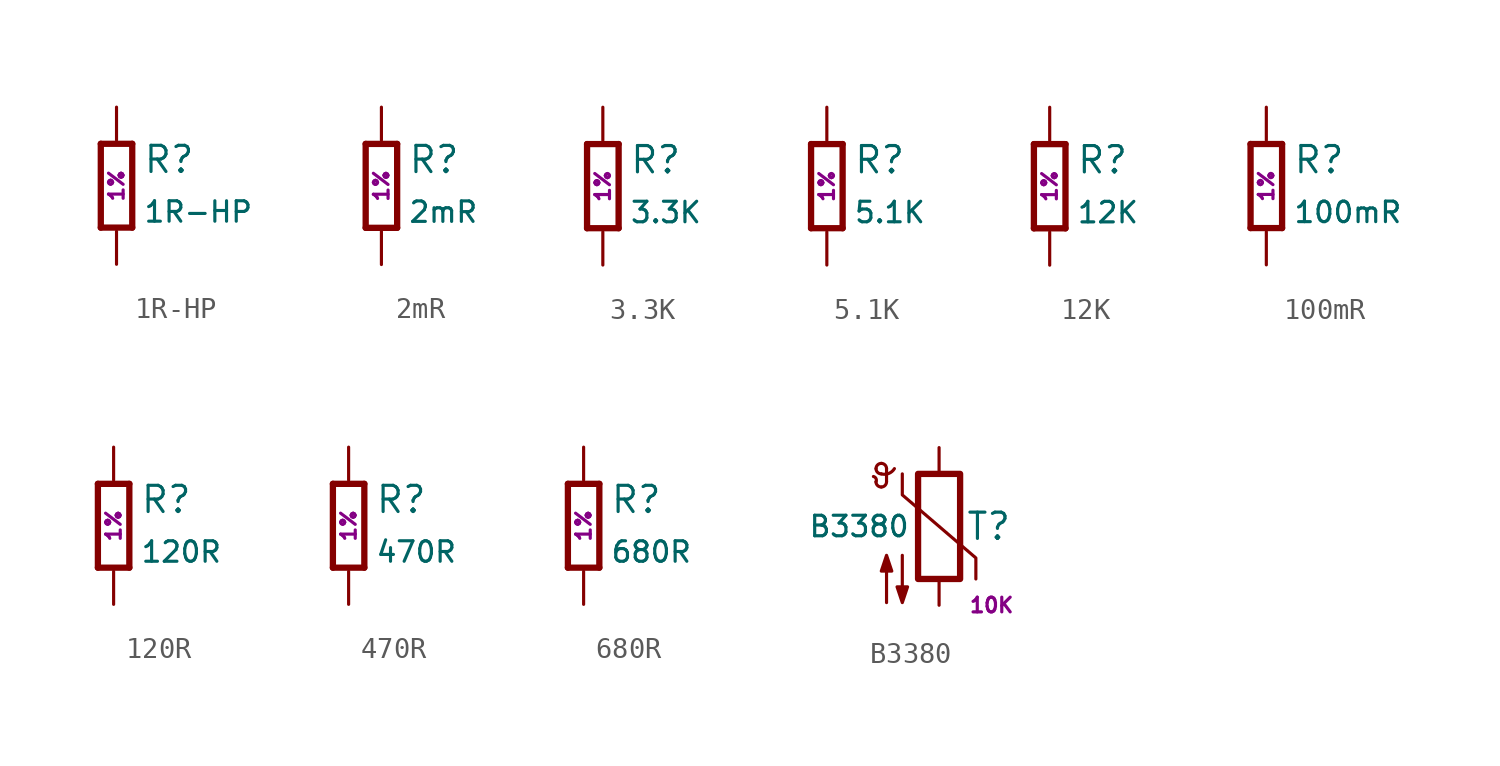
<source format=kicad_sym>
(kicad_symbol_lib
  (version 20211014)
  (generator kicad_symbol_editor)
  (symbol "1R-HP"
    (pin_numbers hide)
    (pin_names
      (offset 0.254) hide)
    (property "Reference" "R"
      (at 1.27 1.27 0)
      (effects (font (size 1.27 1.27)) (justify left)))
    (property "Value" "1R-HP"
      (at 1.27 -1.27 0)
      (effects (font (size 0.991 0.991)) (justify left)))
    (property "Tolerance" "1%"
      (at 0 0 90)
      (effects (font (size 0.711 0.711))))
    (symbol "1R-HP_1_1"
      (polyline (pts (xy -0.762 -2.032) (xy -0.762 2.032)) (stroke (width 0.305) (type default) (color 0 0 0 0)) (fill (type outline)))
      (polyline (pts (xy 0.762 -2.032) (xy -0.762 -2.032)) (stroke (width 0.305) (type default) (color 0 0 0 0)) (fill (type outline)))
      (polyline (pts (xy 0.762 -2.032) (xy 0.762 2.032)) (stroke (width 0.305) (type default) (color 0 0 0 0)) (fill (type outline)))
      (polyline (pts (xy 0.762 2.032) (xy -0.762 2.032)) (stroke (width 0.305) (type default) (color 0 0 0 0)) (fill (type outline)))
      (pin passive line (at 0 3.81 270) (length 1.6) (name "~" (effects (font (size 1.27 1.27)))) (number "1" (effects (font (size 1.27 1.27)))))
      (pin passive line (at 0 -3.81 90) (length 1.6) (name "~" (effects (font (size 1.27 1.27)))) (number "2" (effects (font (size 1.27 1.27)))))))
  (symbol "2mR"
    (pin_numbers hide)
    (pin_names
      (offset 0.254) hide)
    (property "Reference" "R"
      (at 1.27 1.27 0)
      (effects (font (size 1.27 1.27)) (justify left)))
    (property "Value" "2mR"
      (at 1.27 -1.27 0)
      (effects (font (size 0.991 0.991)) (justify left)))
    (property "Tolerance" "1%"
      (at 0 0 90)
      (effects (font (size 0.711 0.711))))
    (symbol "2mR_1_1"
      (polyline (pts (xy -0.762 -2.032) (xy -0.762 2.032)) (stroke (width 0.305) (type default) (color 0 0 0 0)) (fill (type outline)))
      (polyline (pts (xy 0.762 -2.032) (xy -0.762 -2.032)) (stroke (width 0.305) (type default) (color 0 0 0 0)) (fill (type outline)))
      (polyline (pts (xy 0.762 -2.032) (xy 0.762 2.032)) (stroke (width 0.305) (type default) (color 0 0 0 0)) (fill (type outline)))
      (polyline (pts (xy 0.762 2.032) (xy -0.762 2.032)) (stroke (width 0.305) (type default) (color 0 0 0 0)) (fill (type outline)))
      (pin passive line (at 0 3.81 270) (length 1.6) (name "~" (effects (font (size 1.27 1.27)))) (number "1" (effects (font (size 1.27 1.27)))))
      (pin passive line (at 0 -3.81 90) (length 1.6) (name "~" (effects (font (size 1.27 1.27)))) (number "2" (effects (font (size 1.27 1.27)))))))
  (symbol "3.3K"
    (pin_numbers hide)
    (pin_names
      (offset 0.254) hide)
    (property "Reference" "R"
      (at 1.27 1.27 0)
      (effects (font (size 1.27 1.27)) (justify left)))
    (property "Value" "3.3K"
      (at 1.27 -1.27 0)
      (effects (font (size 0.991 0.991)) (justify left)))
    (property "Tolerance" "1%"
      (at 0 0 90)
      (effects (font (size 0.711 0.711))))
    (symbol "3.3K_1_1"
      (polyline (pts (xy -0.762 -2.032) (xy -0.762 2.032)) (stroke (width 0.305) (type default) (color 0 0 0 0)) (fill (type outline)))
      (polyline (pts (xy 0.762 -2.032) (xy -0.762 -2.032)) (stroke (width 0.305) (type default) (color 0 0 0 0)) (fill (type outline)))
      (polyline (pts (xy 0.762 -2.032) (xy 0.762 2.032)) (stroke (width 0.305) (type default) (color 0 0 0 0)) (fill (type outline)))
      (polyline (pts (xy 0.762 2.032) (xy -0.762 2.032)) (stroke (width 0.305) (type default) (color 0 0 0 0)) (fill (type outline)))
      (pin passive line (at 0 3.81 270) (length 1.6) (name "~" (effects (font (size 1.27 1.27)))) (number "1" (effects (font (size 1.27 1.27)))))
      (pin passive line (at 0 -3.81 90) (length 1.6) (name "~" (effects (font (size 1.27 1.27)))) (number "2" (effects (font (size 1.27 1.27)))))))
  (symbol "5.1K"
    (pin_numbers hide)
    (pin_names
      (offset 0.254) hide)
    (property "Reference" "R"
      (at 1.27 1.27 0)
      (effects (font (size 1.27 1.27)) (justify left)))
    (property "Value" "5.1K"
      (at 1.27 -1.27 0)
      (effects (font (size 0.991 0.991)) (justify left)))
    (property "Tolerance" "1%"
      (at 0 0 90)
      (effects (font (size 0.711 0.711))))
    (symbol "5.1K_1_1"
      (polyline (pts (xy -0.762 -2.032) (xy -0.762 2.032)) (stroke (width 0.305) (type default) (color 0 0 0 0)) (fill (type outline)))
      (polyline (pts (xy 0.762 -2.032) (xy -0.762 -2.032)) (stroke (width 0.305) (type default) (color 0 0 0 0)) (fill (type outline)))
      (polyline (pts (xy 0.762 -2.032) (xy 0.762 2.032)) (stroke (width 0.305) (type default) (color 0 0 0 0)) (fill (type outline)))
      (polyline (pts (xy 0.762 2.032) (xy -0.762 2.032)) (stroke (width 0.305) (type default) (color 0 0 0 0)) (fill (type outline)))
      (pin passive line (at 0 3.81 270) (length 1.6) (name "~" (effects (font (size 1.27 1.27)))) (number "1" (effects (font (size 1.27 1.27)))))
      (pin passive line (at 0 -3.81 90) (length 1.6) (name "~" (effects (font (size 1.27 1.27)))) (number "2" (effects (font (size 1.27 1.27)))))))
  (symbol "12K"
    (pin_numbers hide)
    (pin_names
      (offset 0.254) hide)
    (property "Reference" "R"
      (at 1.27 1.27 0)
      (effects (font (size 1.27 1.27)) (justify left)))
    (property "Value" "12K"
      (at 1.27 -1.27 0)
      (effects (font (size 0.991 0.991)) (justify left)))
    (property "Tolerance" "1%"
      (at 0 0 90)
      (effects (font (size 0.711 0.711))))
    (symbol "12K_1_1"
      (polyline (pts (xy -0.762 -2.032) (xy -0.762 2.032)) (stroke (width 0.305) (type default) (color 0 0 0 0)) (fill (type outline)))
      (polyline (pts (xy 0.762 -2.032) (xy -0.762 -2.032)) (stroke (width 0.305) (type default) (color 0 0 0 0)) (fill (type outline)))
      (polyline (pts (xy 0.762 -2.032) (xy 0.762 2.032)) (stroke (width 0.305) (type default) (color 0 0 0 0)) (fill (type outline)))
      (polyline (pts (xy 0.762 2.032) (xy -0.762 2.032)) (stroke (width 0.305) (type default) (color 0 0 0 0)) (fill (type outline)))
      (pin passive line (at 0 3.81 270) (length 1.6) (name "~" (effects (font (size 1.27 1.27)))) (number "1" (effects (font (size 1.27 1.27)))))
      (pin passive line (at 0 -3.81 90) (length 1.6) (name "~" (effects (font (size 1.27 1.27)))) (number "2" (effects (font (size 1.27 1.27)))))))
  (symbol "100mR"
    (pin_numbers hide)
    (pin_names
      (offset 0.254) hide)
    (property "Reference" "R"
      (at 1.27 1.27 0)
      (effects (font (size 1.27 1.27)) (justify left)))
    (property "Value" "100mR"
      (at 1.27 -1.27 0)
      (effects (font (size 0.991 0.991)) (justify left)))
    (property "Tolerance" "1%"
      (at 0 0 90)
      (effects (font (size 0.711 0.711))))
    (symbol "100mR_1_1"
      (polyline (pts (xy -0.762 -2.032) (xy -0.762 2.032)) (stroke (width 0.305) (type default) (color 0 0 0 0)) (fill (type outline)))
      (polyline (pts (xy 0.762 -2.032) (xy -0.762 -2.032)) (stroke (width 0.305) (type default) (color 0 0 0 0)) (fill (type outline)))
      (polyline (pts (xy 0.762 -2.032) (xy 0.762 2.032)) (stroke (width 0.305) (type default) (color 0 0 0 0)) (fill (type outline)))
      (polyline (pts (xy 0.762 2.032) (xy -0.762 2.032)) (stroke (width 0.305) (type default) (color 0 0 0 0)) (fill (type outline)))
      (pin passive line (at 0 3.81 270) (length 1.6) (name "~" (effects (font (size 1.27 1.27)))) (number "1" (effects (font (size 1.27 1.27)))))
      (pin passive line (at 0 -3.81 90) (length 1.6) (name "~" (effects (font (size 1.27 1.27)))) (number "2" (effects (font (size 1.27 1.27)))))))
  (symbol "120R"
    (pin_numbers hide)
    (pin_names
      (offset 0.254) hide)
    (property "Reference" "R"
      (at 1.27 1.27 0)
      (effects (font (size 1.27 1.27)) (justify left)))
    (property "Value" "120R"
      (at 1.27 -1.27 0)
      (effects (font (size 0.991 0.991)) (justify left)))
    (property "Tolerance" "1%"
      (at 0 0 90)
      (effects (font (size 0.711 0.711))))
    (symbol "120R_1_1"
      (polyline (pts (xy -0.762 -2.032) (xy -0.762 2.032)) (stroke (width 0.305) (type default) (color 0 0 0 0)) (fill (type outline)))
      (polyline (pts (xy 0.762 -2.032) (xy -0.762 -2.032)) (stroke (width 0.305) (type default) (color 0 0 0 0)) (fill (type outline)))
      (polyline (pts (xy 0.762 -2.032) (xy 0.762 2.032)) (stroke (width 0.305) (type default) (color 0 0 0 0)) (fill (type outline)))
      (polyline (pts (xy 0.762 2.032) (xy -0.762 2.032)) (stroke (width 0.305) (type default) (color 0 0 0 0)) (fill (type outline)))
      (pin passive line (at 0 3.81 270) (length 1.6) (name "~" (effects (font (size 1.27 1.27)))) (number "1" (effects (font (size 1.27 1.27)))))
      (pin passive line (at 0 -3.81 90) (length 1.6) (name "~" (effects (font (size 1.27 1.27)))) (number "2" (effects (font (size 1.27 1.27)))))))
  (symbol "470R"
    (pin_numbers hide)
    (pin_names
      (offset 0.254) hide)
    (property "Reference" "R"
      (at 1.27 1.27 0)
      (effects (font (size 1.27 1.27)) (justify left)))
    (property "Value" "470R"
      (at 1.27 -1.27 0)
      (effects (font (size 0.991 0.991)) (justify left)))
    (property "Tolerance" "1%"
      (at 0 0 90)
      (effects (font (size 0.711 0.711))))
    (symbol "470R_1_1"
      (polyline (pts (xy -0.762 -2.032) (xy -0.762 2.032)) (stroke (width 0.305) (type default) (color 0 0 0 0)) (fill (type outline)))
      (polyline (pts (xy 0.762 -2.032) (xy -0.762 -2.032)) (stroke (width 0.305) (type default) (color 0 0 0 0)) (fill (type outline)))
      (polyline (pts (xy 0.762 -2.032) (xy 0.762 2.032)) (stroke (width 0.305) (type default) (color 0 0 0 0)) (fill (type outline)))
      (polyline (pts (xy 0.762 2.032) (xy -0.762 2.032)) (stroke (width 0.305) (type default) (color 0 0 0 0)) (fill (type outline)))
      (pin passive line (at 0 3.81 270) (length 1.6) (name "~" (effects (font (size 1.27 1.27)))) (number "1" (effects (font (size 1.27 1.27)))))
      (pin passive line (at 0 -3.81 90) (length 1.6) (name "~" (effects (font (size 1.27 1.27)))) (number "2" (effects (font (size 1.27 1.27)))))))
  (symbol "680R"
    (pin_numbers hide)
    (pin_names
      (offset 0.254) hide)
    (property "Reference" "R"
      (at 1.27 1.27 0)
      (effects (font (size 1.27 1.27)) (justify left)))
    (property "Value" "680R"
      (at 1.27 -1.27 0)
      (effects (font (size 0.991 0.991)) (justify left)))
    (property "Tolerance" "1%"
      (at 0 0 90)
      (effects (font (size 0.711 0.711))))
    (symbol "680R_1_1"
      (polyline (pts (xy -0.762 -2.032) (xy -0.762 2.032)) (stroke (width 0.305) (type default) (color 0 0 0 0)) (fill (type outline)))
      (polyline (pts (xy 0.762 -2.032) (xy -0.762 -2.032)) (stroke (width 0.305) (type default) (color 0 0 0 0)) (fill (type outline)))
      (polyline (pts (xy 0.762 -2.032) (xy 0.762 2.032)) (stroke (width 0.305) (type default) (color 0 0 0 0)) (fill (type outline)))
      (polyline (pts (xy 0.762 2.032) (xy -0.762 2.032)) (stroke (width 0.305) (type default) (color 0 0 0 0)) (fill (type outline)))
      (pin passive line (at 0 3.81 270) (length 1.6) (name "~" (effects (font (size 1.27 1.27)))) (number "1" (effects (font (size 1.27 1.27)))))
      (pin passive line (at 0 -3.81 90) (length 1.6) (name "~" (effects (font (size 1.27 1.27)))) (number "2" (effects (font (size 1.27 1.27)))))))
  (symbol "B3380"
    (pin_numbers hide)
    (pin_names
      (offset 0.254) hide)
    (property "Reference" "T"
      (at 1.27 0 0)
      (effects (font (size 1.27 1.27)) (justify left)))
    (property "Value" "B3380"
      (at -6.35 0 0)
      (effects (font (size 0.991 0.991)) (justify left)))
    (property "Resistance" "10K"
      (at 2.54 -3.81 0)
      (effects (font (size 0.711 0.711))))
    (symbol "B3380_1_1"
      (arc (start -3.048 2.159) (mid -3.0505 2.3165) (end -3.175 2.413) (stroke (width 0) (type default) (color 0 0 0 0)) (fill (type none)))
      (arc (start -3.048 2.159) (mid -2.9736 1.9794) (end -2.794 1.905) (stroke (width 0) (type default) (color 0 0 0 0)) (fill (type none)))
      (arc (start -3.048 2.794) (mid -2.9736 2.6144) (end -2.794 2.54) (stroke (width 0) (type default) (color 0 0 0 0)) (fill (type none)))
      (arc (start -2.794 1.905) (mid -2.6144 1.9794) (end -2.54 2.159) (stroke (width 0) (type default) (color 0 0 0 0)) (fill (type none)))
      (arc (start -2.794 2.54) (mid -2.434 2.5608) (end -2.159 2.794) (stroke (width 0) (type default) (color 0 0 0 0)) (fill (type none)))
      (arc (start -2.794 3.048) (mid -2.9736 2.9736) (end -3.048 2.794) (stroke (width 0) (type default) (color 0 0 0 0)) (fill (type none)))
      (arc (start -2.54 2.794) (mid -2.6144 2.9736) (end -2.794 3.048) (stroke (width 0) (type default) (color 0 0 0 0)) (fill (type none)))
      (rectangle (start -1.016 2.54) (end 1.016 -2.54) (stroke (width 0.305) (type default) (color 0 0 0 0)) (fill (type none)))
      (polyline (pts (xy -2.54 2.159) (xy -2.54 2.794)) (stroke (width 0) (type default) (color 0 0 0 0)) (fill (type none)))
      (polyline (pts (xy -1.778 2.54) (xy -1.778 1.524) (xy 1.778 -1.524) (xy 1.778 -2.54)) (stroke (width 0) (type default) (color 0 0 0 0)) (fill (type none)))
      (polyline (pts (xy -2.54 -3.683) (xy -2.54 -1.397) (xy -2.794 -2.159) (xy -2.286 -2.159) (xy -2.54 -1.397) (xy -2.54 -1.651)) (stroke (width 0) (type default) (color 0 0 0 0)) (fill (type outline)))
      (polyline (pts (xy -1.778 -1.397) (xy -1.778 -3.683) (xy -2.032 -2.921) (xy -1.524 -2.921) (xy -1.778 -3.683) (xy -1.778 -3.429)) (stroke (width 0) (type default) (color 0 0 0 0)) (fill (type outline)))
      (pin passive line (at 0 3.81 270) (length 1.27) (name "~" (effects (font (size 1.27 1.27)))) (number "1" (effects (font (size 1.27 1.27)))))
      (pin passive line (at 0 -3.81 90) (length 1.27) (name "~" (effects (font (size 1.27 1.27)))) (number "2" (effects (font (size 1.27 1.27))))))))
</source>
